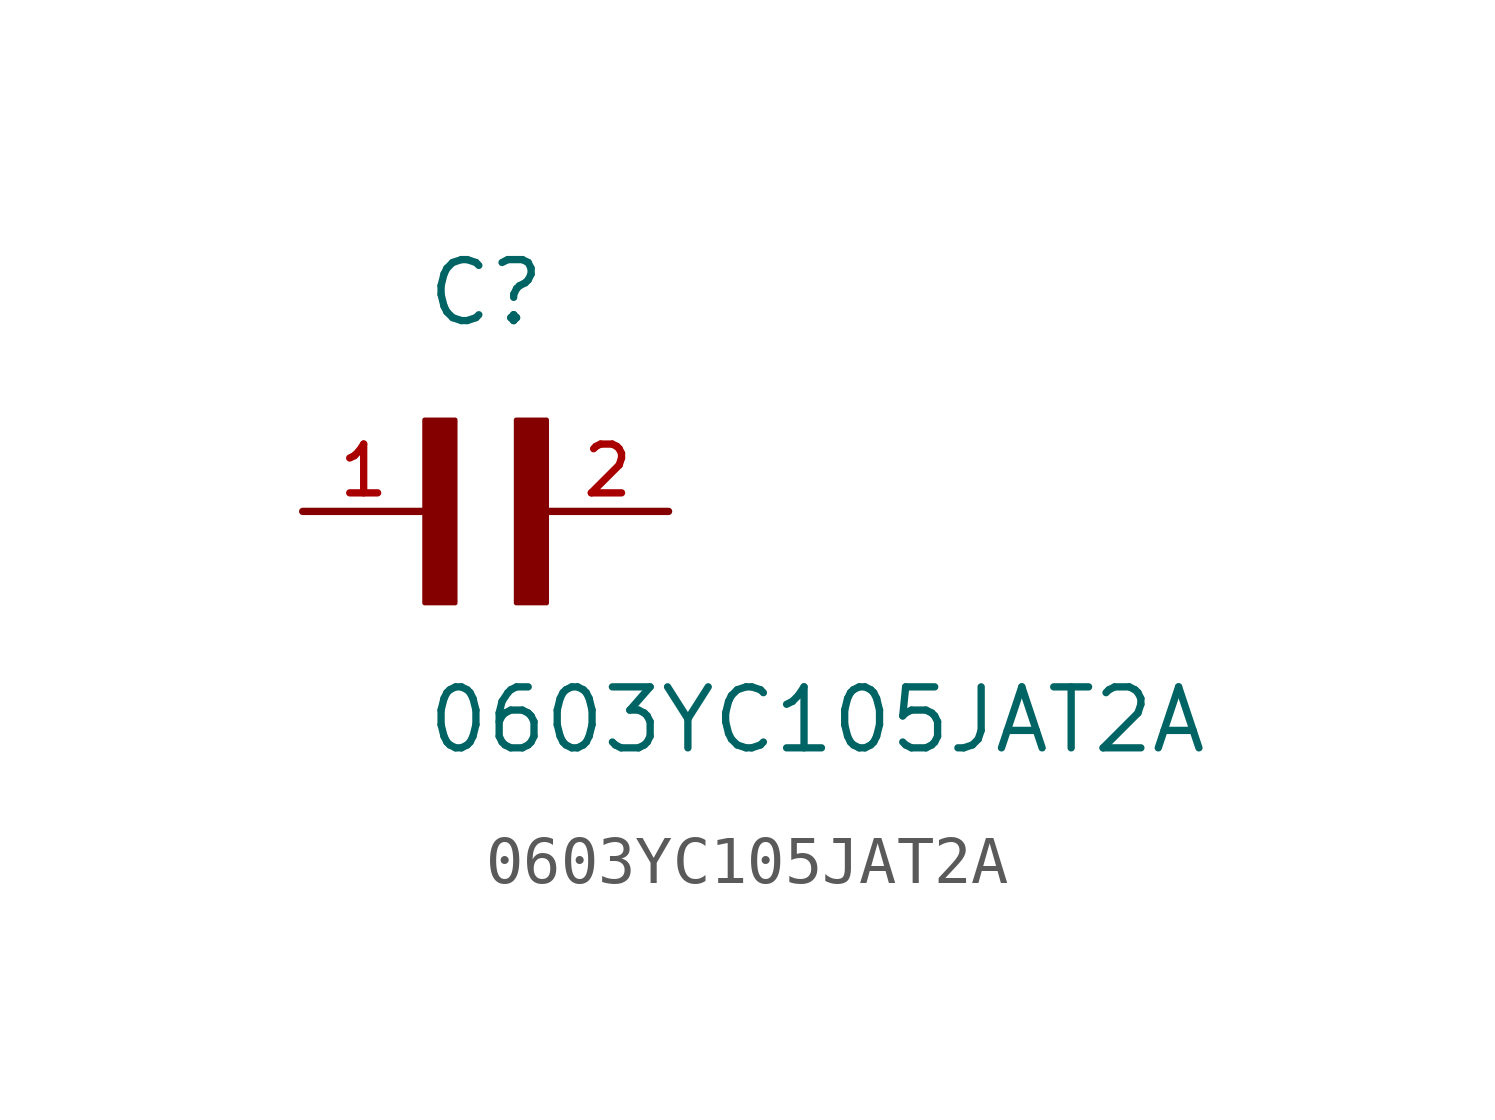
<source format=kicad_sym>
(kicad_symbol_lib
  (version 20211014)
  (generator kicad_symbol_editor)
  (symbol "0603YC105JAT2A"
    (pin_names
      (offset 1.016))
    (property "Reference" "C"
      (at 0.0 3.811 0)
      (effects (font (size 1.27 1.27)) (justify bottom left)))
    (property "Value" "0603YC105JAT2A"
      (at 0.0 -5.088 0)
      (effects (font (size 1.27 1.27)) (justify bottom left)))
    (symbol "0603YC105JAT2A_0_0"
      (rectangle (start 0.0 -1.907) (end 0.635 1.905) (stroke (width 0.1)) (fill (type outline)))
      (rectangle (start 1.907 -1.907) (end 2.54 1.905) (stroke (width 0.1)) (fill (type outline)))
      (pin passive line (at 5.08 0.0 180.0) (length 2.54) (name "~" (effects (font (size 1.016 1.016)))) (number "2" (effects (font (size 1.016 1.016)))))
      (pin passive line (at -2.54 0.0 0) (length 2.54) (name "~" (effects (font (size 1.016 1.016)))) (number "1" (effects (font (size 1.016 1.016))))))))
</source>
